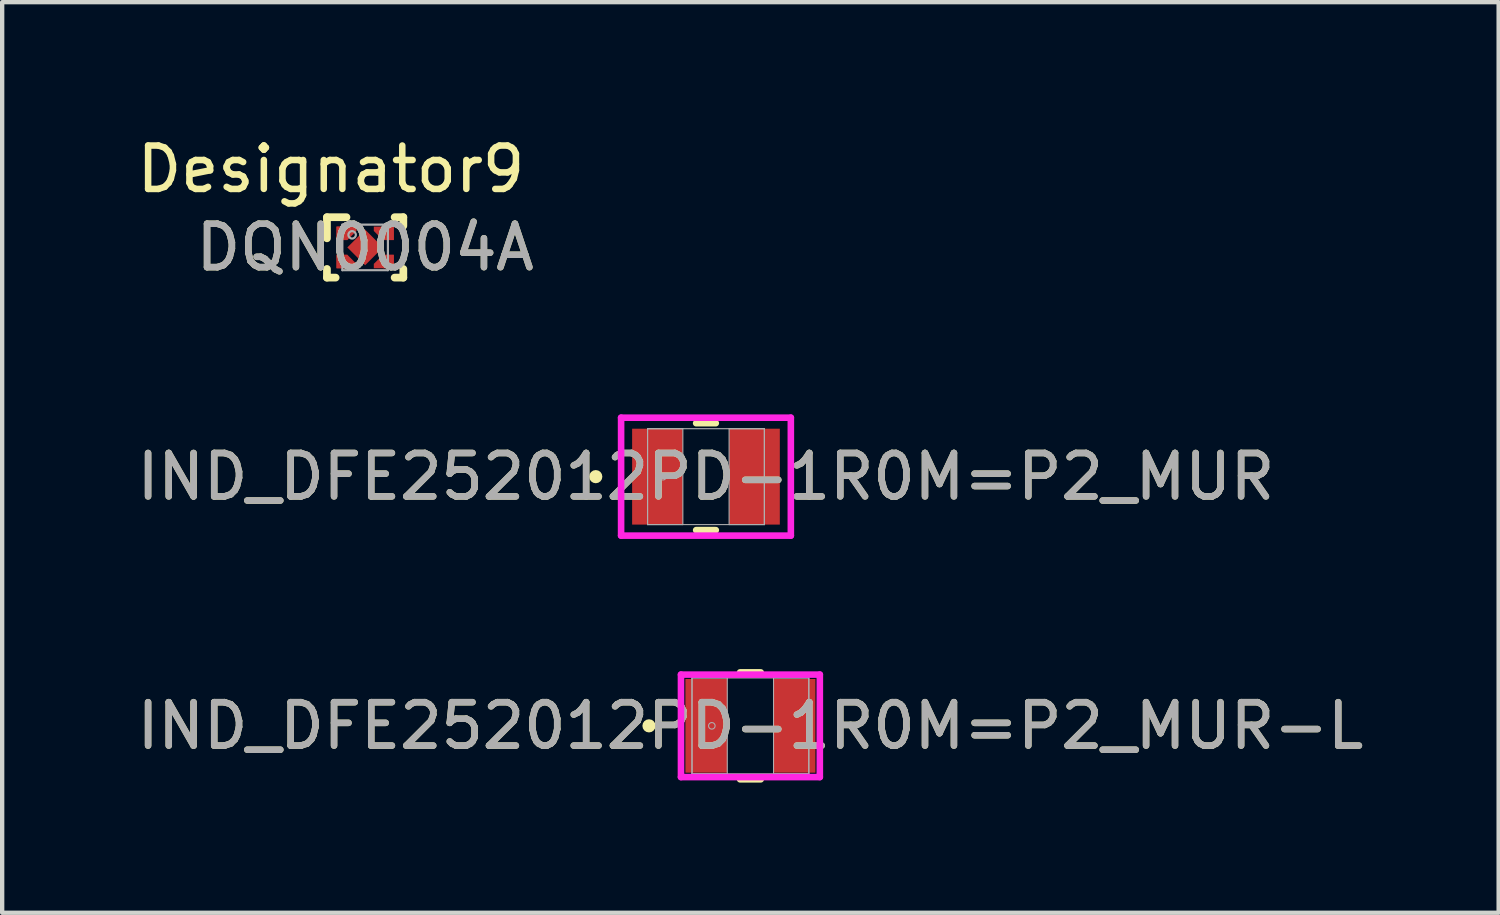
<source format=kicad_pcb>
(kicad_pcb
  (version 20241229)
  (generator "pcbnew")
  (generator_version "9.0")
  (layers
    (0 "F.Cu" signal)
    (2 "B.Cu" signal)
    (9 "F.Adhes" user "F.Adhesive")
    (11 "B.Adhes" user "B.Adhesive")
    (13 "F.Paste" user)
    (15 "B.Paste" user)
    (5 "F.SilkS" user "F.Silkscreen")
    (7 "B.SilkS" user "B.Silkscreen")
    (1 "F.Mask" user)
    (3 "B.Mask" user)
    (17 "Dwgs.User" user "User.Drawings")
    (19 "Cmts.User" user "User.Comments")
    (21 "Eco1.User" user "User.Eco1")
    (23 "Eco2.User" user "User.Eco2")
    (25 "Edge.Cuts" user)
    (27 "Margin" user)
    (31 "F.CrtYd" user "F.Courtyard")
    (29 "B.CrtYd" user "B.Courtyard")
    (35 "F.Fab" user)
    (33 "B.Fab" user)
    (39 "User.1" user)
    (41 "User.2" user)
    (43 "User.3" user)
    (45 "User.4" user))
  (footprint "IND_DFE252012PD-1R0M=P2_MUR-L"
    (layer "F.Cu")
    (at 14.244 13.678)
    (property "Reference" "IND_DFE252012PD-1R0M=P2_MUR-L" (at 0 0 0) (unlocked yes) (layer "F.SilkS") (effects (font (size 1 1) (thickness 0.15))))
    (attr smd)
    (fp_line (start -0.238 1.232) (end 0.238 1.232) (stroke (width 0.152) (type solid)) (layer "F.SilkS"))
    (fp_line (start 0.238 -1.232) (end -0.238 -1.232) (stroke (width 0.152) (type solid)) (layer "F.SilkS"))
    (fp_circle (center -2.337 0) (end -2.261 0) (stroke (width 0.152) (type solid)) (fill no) (layer "F.SilkS"))
    (fp_line (start -1.6 -1.181) (end 1.6 -1.181) (stroke (width 0.152) (type solid)) (layer "F.CrtYd"))
    (fp_line (start -1.6 1.181) (end -1.6 -1.181) (stroke (width 0.152) (type solid)) (layer "F.CrtYd"))
    (fp_line (start 1.6 -1.181) (end 1.6 1.181) (stroke (width 0.152) (type solid)) (layer "F.CrtYd"))
    (fp_line (start 1.6 1.181) (end -1.6 1.181) (stroke (width 0.152) (type solid)) (layer "F.CrtYd"))
    (fp_line (start -1.346 -1.105) (end -1.346 1.105) (stroke (width 0.025) (type solid)) (layer "F.Fab"))
    (fp_line (start -1.346 -1.105) (end -1.346 1.105) (stroke (width 0.025) (type solid)) (layer "F.Fab"))
    (fp_line (start -1.346 1.105) (end -0.533 1.105) (stroke (width 0.025) (type solid)) (layer "F.Fab"))
    (fp_line (start -1.346 1.105) (end 1.346 1.105) (stroke (width 0.025) (type solid)) (layer "F.Fab"))
    (fp_line (start -0.533 -1.105) (end -1.346 -1.105) (stroke (width 0.025) (type solid)) (layer "F.Fab"))
    (fp_line (start -0.533 1.105) (end -0.533 -1.105) (stroke (width 0.025) (type solid)) (layer "F.Fab"))
    (fp_line (start 0.533 -1.105) (end 0.533 1.105) (stroke (width 0.025) (type solid)) (layer "F.Fab"))
    (fp_line (start 0.533 1.105) (end 1.346 1.105) (stroke (width 0.025) (type solid)) (layer "F.Fab"))
    (fp_line (start 1.346 -1.105) (end -1.346 -1.105) (stroke (width 0.025) (type solid)) (layer "F.Fab"))
    (fp_line (start 1.346 -1.105) (end 0.533 -1.105) (stroke (width 0.025) (type solid)) (layer "F.Fab"))
    (fp_line (start 1.346 1.105) (end 1.346 -1.105) (stroke (width 0.025) (type solid)) (layer "F.Fab"))
    (fp_line (start 1.346 1.105) (end 1.346 -1.105) (stroke (width 0.025) (type solid)) (layer "F.Fab"))
    (fp_circle (center -0.889 0) (end -0.813 0) (stroke (width 0.025) (type solid)) (fill no) (layer "F.Fab"))
    (fp_text user "${REFERENCE}" (at 0 0 0) (unlocked yes) (layer "F.Fab") (effects (font (size 1 1) (thickness 0.15))))
    (pad "1" smd rect (at -1.016 0) (size 0.965 2.159) (layers "F.Cu" "F.Mask" "F.Paste"))
    (pad "2" smd rect (at 1.016 0) (size 0.965 2.159) (layers "F.Cu" "F.Mask" "F.Paste"))
    (zone (net_name "") (layer "F.Cu") (hatch full 0.508) (connect_pads) (min_thickness 0.254) (filled_areas_thickness no) (keepout (tracks not_allowed) (vias not_allowed) (pads allowed) (copperpour not_allowed) (footprints allowed)) (placement (enabled no)) (fill) (polygon (pts (xy 13.761 12.624) (xy 14.727 12.624) (xy 14.727 14.732) (xy 13.761 14.732)))))
  (footprint "DQN0004A"
    (layer "F.Cu")
    (at 5.365 2.652)
    (property "Reference" "DQN0004A" (at 0 0 0) (unlocked yes) (layer "F.SilkS") (effects (font (size 1 1) (thickness 0.15))))
    (attr smd)
    (fp_poly (pts (xy -0.66 -0.48) (xy -0.2 -0.48) (xy -0.2 -0.379) (xy -0.409 -0.17) (xy -0.66 -0.17)) (stroke (width 0) (type solid)) (fill yes) (layer "F.Cu"))
    (fp_poly (pts (xy -0.66 0.48) (xy -0.2 0.48) (xy -0.2 0.379) (xy -0.409 0.17) (xy -0.66 0.17)) (stroke (width 0) (type solid)) (fill yes) (layer "F.Cu"))
    (fp_poly (pts (xy 0.66 -0.48) (xy 0.2 -0.48) (xy 0.2 -0.379) (xy 0.409 -0.17) (xy 0.66 -0.17)) (stroke (width 0) (type solid)) (fill yes) (layer "F.Cu"))
    (fp_poly (pts (xy 0.66 0.48) (xy 0.2 0.48) (xy 0.2 0.379) (xy 0.409 0.17) (xy 0.66 0.17)) (stroke (width 0) (type solid)) (fill yes) (layer "F.Cu"))
    (fp_poly (pts (xy -0.61 -0.43) (xy -0.25 -0.43) (xy -0.25 -0.4) (xy -0.43 -0.22) (xy -0.61 -0.22)) (stroke (width 0) (type solid)) (fill yes) (layer "F.Mask"))
    (fp_poly (pts (xy -0.61 0.43) (xy -0.61 0.22) (xy -0.43 0.22) (xy -0.25 0.4) (xy -0.25 0.43)) (stroke (width 0) (type solid)) (fill yes) (layer "F.Mask"))
    (fp_poly (pts (xy 0.61 -0.43) (xy 0.61 -0.22) (xy 0.43 -0.22) (xy 0.25 -0.4) (xy 0.25 -0.43)) (stroke (width 0) (type solid)) (fill yes) (layer "F.Mask"))
    (fp_poly (pts (xy 0.61 0.43) (xy 0.25 0.43) (xy 0.25 0.4) (xy 0.43 0.22) (xy 0.61 0.22)) (stroke (width 0) (type solid)) (fill yes) (layer "F.Mask"))
    (fp_line (start -0.88 -0.696) (end -0.43 -0.696) (stroke (width 0.178) (type solid)) (layer "F.SilkS"))
    (fp_line (start -0.88 -0.21) (end -0.88 -0.696) (stroke (width 0.178) (type solid)) (layer "F.SilkS"))
    (fp_line (start -0.88 0.696) (end -0.88 0.496) (stroke (width 0.178) (type solid)) (layer "F.SilkS"))
    (fp_line (start -0.88 0.696) (end -0.68 0.696) (stroke (width 0.178) (type solid)) (layer "F.SilkS"))
    (fp_line (start 0.68 -0.696) (end 0.88 -0.696) (stroke (width 0.178) (type solid)) (layer "F.SilkS"))
    (fp_line (start 0.68 0.696) (end 0.88 0.696) (stroke (width 0.178) (type solid)) (layer "F.SilkS"))
    (fp_line (start 0.88 -0.496) (end 0.88 -0.696) (stroke (width 0.178) (type solid)) (layer "F.SilkS"))
    (fp_line (start 0.88 0.696) (end 0.88 0.496) (stroke (width 0.178) (type solid)) (layer "F.SilkS"))
    (fp_poly (pts (xy -0.65 -0.43) (xy -0.25 -0.43) (xy -0.25 -0.4) (xy -0.43 -0.22) (xy -0.65 -0.22)) (stroke (width 0) (type solid)) (fill yes) (layer "F.Paste"))
    (fp_poly (pts (xy -0.65 0.43) (xy -0.25 0.43) (xy -0.25 0.4) (xy -0.43 0.22) (xy -0.65 0.22)) (stroke (width 0) (type solid)) (fill yes) (layer "F.Paste"))
    (fp_poly (pts (xy 0.65 -0.43) (xy 0.25 -0.43) (xy 0.25 -0.4) (xy 0.43 -0.22) (xy 0.65 -0.22)) (stroke (width 0) (type solid)) (fill yes) (layer "F.Paste"))
    (fp_poly (pts (xy 0.65 0.43) (xy 0.25 0.43) (xy 0.25 0.4) (xy 0.43 0.22) (xy 0.65 0.22)) (stroke (width 0) (type solid)) (fill yes) (layer "F.Paste"))
    (fp_line (start -0.525 -0.525) (end 0.525 -0.525) (stroke (width 0.05) (type solid)) (layer "F.Fab"))
    (fp_line (start -0.525 0.525) (end -0.525 -0.525) (stroke (width 0.05) (type solid)) (layer "F.Fab"))
    (fp_line (start -0.525 0.525) (end 0.525 0.525) (stroke (width 0.05) (type solid)) (layer "F.Fab"))
    (fp_line (start 0.525 0.525) (end 0.525 -0.525) (stroke (width 0.05) (type solid)) (layer "F.Fab"))
    (fp_circle (center -0.3 -0.29) (end -0.214 -0.29) (stroke (width 0.05) (type solid)) (fill no) (layer "F.Fab"))
    (fp_text user "Designator9" (at -0.787 -1.803 0) (unlocked yes) (layer "F.SilkS") (effects (font (size 1 1) (thickness 0.15))))
    (fp_text user "${REFERENCE}" (at 0 0 0) (unlocked yes) (layer "F.Fab") (effects (font (size 1 1) (thickness 0.15))))
    (pad "1" smd rect (at -0.535 -0.325) (size 0.25 0.31) (layers "F.Cu"))
    (pad "2" smd rect (at -0.535 0.325) (size 0.25 0.31) (layers "F.Cu"))
    (pad "3" smd rect (at 0.535 0.325) (size 0.25 0.31) (layers "F.Cu"))
    (pad "4" smd rect (at 0.535 -0.325) (size 0.25 0.31) (layers "F.Cu"))
    (pad "5" smd rect (at 0 0 45) (size 0.58 0.58) (layers "F.Cu" "F.Mask" "F.Paste")))
  (footprint "IND_DFE252012PD-1R0M=P2_MUR"
    (layer "F.Cu")
    (at 13.22 7.935)
    (property "Reference" "IND_DFE252012PD-1R0M=P2_MUR" (at 0 0 0) (unlocked yes) (layer "F.SilkS") (effects (font (size 1 1) (thickness 0.15))))
    (attr smd)
    (fp_line (start -0.226 1.232) (end 0.226 1.232) (stroke (width 0.152) (type solid)) (layer "F.SilkS"))
    (fp_line (start 0.226 -1.232) (end -0.226 -1.232) (stroke (width 0.152) (type solid)) (layer "F.SilkS"))
    (fp_circle (center -2.54 0) (end -2.464 0) (stroke (width 0.152) (type solid)) (fill no) (layer "F.SilkS"))
    (fp_line (start -1.956 -1.359) (end 1.956 -1.359) (stroke (width 0.152) (type solid)) (layer "F.CrtYd"))
    (fp_line (start -1.956 1.359) (end -1.956 -1.359) (stroke (width 0.152) (type solid)) (layer "F.CrtYd"))
    (fp_line (start 1.956 -1.359) (end 1.956 1.359) (stroke (width 0.152) (type solid)) (layer "F.CrtYd"))
    (fp_line (start 1.956 1.359) (end -1.956 1.359) (stroke (width 0.152) (type solid)) (layer "F.CrtYd"))
    (fp_line (start -1.346 -1.105) (end -1.346 1.105) (stroke (width 0.025) (type solid)) (layer "F.Fab"))
    (fp_line (start -1.346 -1.105) (end -1.346 1.105) (stroke (width 0.025) (type solid)) (layer "F.Fab"))
    (fp_line (start -1.346 1.105) (end -0.533 1.105) (stroke (width 0.025) (type solid)) (layer "F.Fab"))
    (fp_line (start -1.346 1.105) (end 1.346 1.105) (stroke (width 0.025) (type solid)) (layer "F.Fab"))
    (fp_line (start -0.533 -1.105) (end -1.346 -1.105) (stroke (width 0.025) (type solid)) (layer "F.Fab"))
    (fp_line (start -0.533 1.105) (end -0.533 -1.105) (stroke (width 0.025) (type solid)) (layer "F.Fab"))
    (fp_line (start 0.533 -1.105) (end 0.533 1.105) (stroke (width 0.025) (type solid)) (layer "F.Fab"))
    (fp_line (start 0.533 1.105) (end 1.346 1.105) (stroke (width 0.025) (type solid)) (layer "F.Fab"))
    (fp_line (start 1.346 -1.105) (end -1.346 -1.105) (stroke (width 0.025) (type solid)) (layer "F.Fab"))
    (fp_line (start 1.346 -1.105) (end 0.533 -1.105) (stroke (width 0.025) (type solid)) (layer "F.Fab"))
    (fp_line (start 1.346 1.105) (end 1.346 -1.105) (stroke (width 0.025) (type solid)) (layer "F.Fab"))
    (fp_line (start 1.346 1.105) (end 1.346 -1.105) (stroke (width 0.025) (type solid)) (layer "F.Fab"))
    (fp_circle (center -0.991 0) (end -0.914 0) (stroke (width 0.025) (type solid)) (fill no) (layer "F.Fab"))
    (fp_text user "${REFERENCE}" (at 0 0 0) (unlocked yes) (layer "F.Fab") (effects (font (size 1 1) (thickness 0.15))))
    (pad "1" smd rect (at -1.118 0) (size 1.168 2.21) (layers "F.Cu" "F.Mask" "F.Paste"))
    (pad "2" smd rect (at 1.118 0) (size 1.168 2.21) (layers "F.Cu" "F.Mask" "F.Paste"))
    (zone (net_name "") (layer "F.Cu") (hatch full 0.508) (connect_pads) (min_thickness 0.254) (filled_areas_thickness no) (keepout (tracks not_allowed) (vias not_allowed) (pads allowed) (copperpour not_allowed) (footprints allowed)) (placement (enabled no)) (fill) (polygon (pts (xy 12.738 6.881) (xy 13.703 6.881) (xy 13.703 8.989) (xy 12.738 8.989)))))
  (gr_rect
    (start -3 -3)
    (end 31.488 17.986)
    (stroke (width 0.1) (type default))
    (fill no)
    (layer "Edge.Cuts")))
</source>
